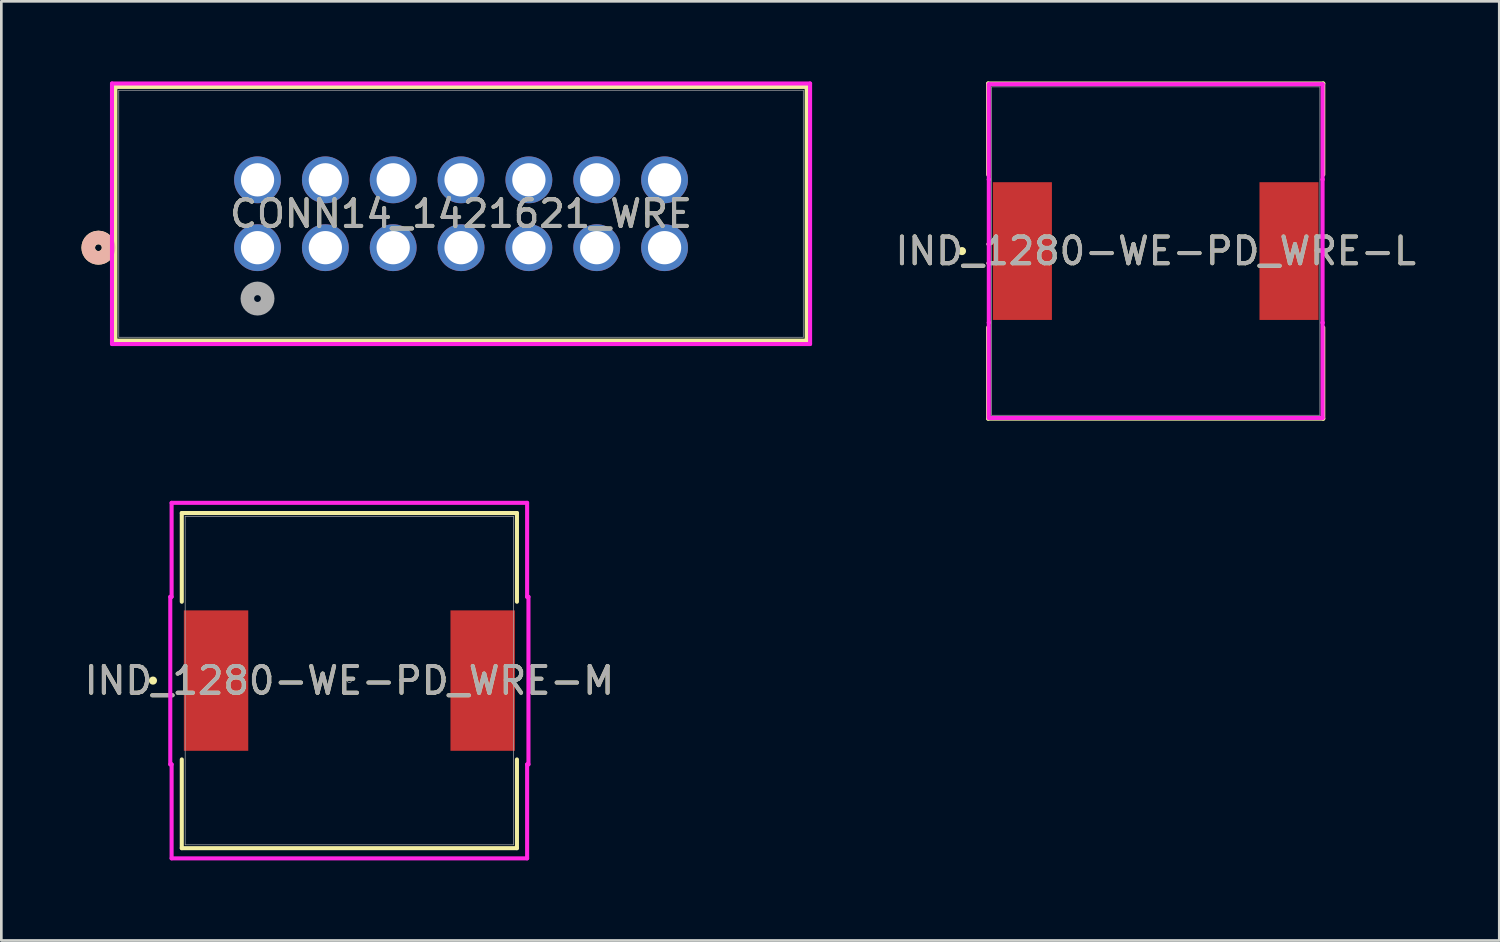
<source format=kicad_pcb>
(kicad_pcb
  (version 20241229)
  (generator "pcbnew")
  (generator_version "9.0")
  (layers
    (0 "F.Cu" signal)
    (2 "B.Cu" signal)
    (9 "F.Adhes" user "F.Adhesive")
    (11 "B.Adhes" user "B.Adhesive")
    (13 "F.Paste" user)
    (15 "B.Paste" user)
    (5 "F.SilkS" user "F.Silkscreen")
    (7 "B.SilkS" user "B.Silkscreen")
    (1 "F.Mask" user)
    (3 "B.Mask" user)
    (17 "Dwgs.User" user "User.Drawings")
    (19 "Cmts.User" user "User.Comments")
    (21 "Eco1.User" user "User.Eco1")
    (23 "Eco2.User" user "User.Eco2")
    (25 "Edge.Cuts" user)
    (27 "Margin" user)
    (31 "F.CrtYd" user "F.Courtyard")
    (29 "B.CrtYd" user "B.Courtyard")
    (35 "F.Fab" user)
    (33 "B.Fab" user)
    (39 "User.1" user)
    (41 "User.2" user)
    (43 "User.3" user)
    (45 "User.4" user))
  (footprint "IND_1280-WE-PD_WRE-M"
    (layer "F.Cu")
    (at 10.03 22.431)
    (property "Reference" "IND_1280-WE-PD_WRE-M" (at 0 0 0) (unlocked yes) (layer "F.SilkS") (effects (font (size 1 1) (thickness 0.15))))
    (attr smd)
    (fp_line (start -6.274 -6.274) (end -6.274 -2.952) (stroke (width 0.152) (type solid)) (layer "F.SilkS"))
    (fp_line (start -6.274 2.952) (end -6.274 6.274) (stroke (width 0.152) (type solid)) (layer "F.SilkS"))
    (fp_line (start -6.274 6.274) (end 6.274 6.274) (stroke (width 0.152) (type solid)) (layer "F.SilkS"))
    (fp_line (start 6.274 -6.274) (end -6.274 -6.274) (stroke (width 0.152) (type solid)) (layer "F.SilkS"))
    (fp_line (start 6.274 -2.952) (end 6.274 -6.274) (stroke (width 0.152) (type solid)) (layer "F.SilkS"))
    (fp_line (start 6.274 6.274) (end 6.274 2.952) (stroke (width 0.152) (type solid)) (layer "F.SilkS"))
    (fp_circle (center -7.353 0) (end -7.276 0) (stroke (width 0.152) (type solid)) (fill no) (layer "F.SilkS"))
    (fp_line (start -6.705 -3.136) (end -6.655 -3.136) (stroke (width 0.152) (type solid)) (layer "F.CrtYd"))
    (fp_line (start -6.705 3.136) (end -6.705 -3.136) (stroke (width 0.152) (type solid)) (layer "F.CrtYd"))
    (fp_line (start -6.705 3.136) (end -6.655 3.136) (stroke (width 0.152) (type solid)) (layer "F.CrtYd"))
    (fp_line (start -6.655 -6.655) (end 6.655 -6.655) (stroke (width 0.152) (type solid)) (layer "F.CrtYd"))
    (fp_line (start -6.655 -3.136) (end -6.655 -6.655) (stroke (width 0.152) (type solid)) (layer "F.CrtYd"))
    (fp_line (start -6.655 6.655) (end -6.655 3.136) (stroke (width 0.152) (type solid)) (layer "F.CrtYd"))
    (fp_line (start 6.655 -6.655) (end 6.655 -3.136) (stroke (width 0.152) (type solid)) (layer "F.CrtYd"))
    (fp_line (start 6.655 3.136) (end 6.655 6.655) (stroke (width 0.152) (type solid)) (layer "F.CrtYd"))
    (fp_line (start 6.655 6.655) (end -6.655 6.655) (stroke (width 0.152) (type solid)) (layer "F.CrtYd"))
    (fp_line (start 6.705 -3.136) (end 6.655 -3.136) (stroke (width 0.152) (type solid)) (layer "F.CrtYd"))
    (fp_line (start 6.705 -3.136) (end 6.705 3.136) (stroke (width 0.152) (type solid)) (layer "F.CrtYd"))
    (fp_line (start 6.705 3.136) (end 6.655 3.136) (stroke (width 0.152) (type solid)) (layer "F.CrtYd"))
    (fp_line (start -6.147 -6.147) (end -6.147 6.147) (stroke (width 0.025) (type solid)) (layer "F.Fab"))
    (fp_line (start -6.147 6.147) (end 6.147 6.147) (stroke (width 0.025) (type solid)) (layer "F.Fab"))
    (fp_line (start 6.147 -6.147) (end -6.147 -6.147) (stroke (width 0.025) (type solid)) (layer "F.Fab"))
    (fp_line (start 6.147 6.147) (end 6.147 -6.147) (stroke (width 0.025) (type solid)) (layer "F.Fab"))
    (fp_circle (center 0 0) (end 0.076 0) (stroke (width 0.025) (type solid)) (fill no) (layer "F.Fab"))
    (fp_text user "${REFERENCE}" (at 0 0 0) (unlocked yes) (layer "F.Fab") (effects (font (size 1 1) (thickness 0.15))))
    (pad "1" smd rect (at -4.991 0) (size 2.411 5.257) (layers "F.Cu" "F.Mask" "F.Paste"))
    (pad "2" smd rect (at 4.991 0) (size 2.411 5.257) (layers "F.Cu" "F.Mask" "F.Paste")))
  (footprint "CONN14_1421621_WRE"
    (layer "F.Cu")
    (at 6.591 6.223)
    (property "Reference" "CONN14_1421621_WRE" (at 7.62 -1.27 0) (unlocked yes) (layer "F.SilkS") (effects (font (size 1 1) (thickness 0.15))))
    (attr through_hole)
    (fp_line (start -5.321 -6.02) (end -5.321 3.48) (stroke (width 0.152) (type solid)) (layer "F.SilkS"))
    (fp_line (start -5.321 3.48) (end 20.561 3.48) (stroke (width 0.152) (type solid)) (layer "F.SilkS"))
    (fp_line (start 20.561 -6.02) (end -5.321 -6.02) (stroke (width 0.152) (type solid)) (layer "F.SilkS"))
    (fp_line (start 20.561 3.48) (end 20.561 -6.02) (stroke (width 0.152) (type solid)) (layer "F.SilkS"))
    (fp_circle (center -5.956 0) (end -5.575 0) (stroke (width 0.508) (type solid)) (fill no) (layer "F.SilkS"))
    (fp_circle (center -5.956 0) (end -5.575 0) (stroke (width 0.508) (type solid)) (fill no) (layer "B.SilkS"))
    (fp_line (start -5.448 -6.147) (end -5.448 3.607) (stroke (width 0.152) (type solid)) (layer "F.CrtYd"))
    (fp_line (start -5.448 3.607) (end 20.688 3.607) (stroke (width 0.152) (type solid)) (layer "F.CrtYd"))
    (fp_line (start 20.688 -6.147) (end -5.448 -6.147) (stroke (width 0.152) (type solid)) (layer "F.CrtYd"))
    (fp_line (start 20.688 3.607) (end 20.688 -6.147) (stroke (width 0.152) (type solid)) (layer "F.CrtYd"))
    (fp_line (start -5.194 -5.893) (end -5.194 3.353) (stroke (width 0.025) (type solid)) (layer "F.Fab"))
    (fp_line (start -5.194 3.353) (end 20.434 3.353) (stroke (width 0.025) (type solid)) (layer "F.Fab"))
    (fp_line (start 20.434 -5.893) (end -5.194 -5.893) (stroke (width 0.025) (type solid)) (layer "F.Fab"))
    (fp_line (start 20.434 3.353) (end 20.434 -5.893) (stroke (width 0.025) (type solid)) (layer "F.Fab"))
    (fp_circle (center 0 1.905) (end 0.381 1.905) (stroke (width 0.508) (type solid)) (fill no) (layer "F.Fab"))
    (fp_text user "${REFERENCE}" (at 7.62 -1.27 0) (unlocked yes) (layer "F.Fab") (effects (font (size 1 1) (thickness 0.15))))
    (pad "1" thru_hole circle (at 0 0) (size 1.753 1.753) (drill 1.245) (layers "*.Cu" "*.Mask"))
    (pad "2" thru_hole circle (at 0 -2.54) (size 1.753 1.753) (drill 1.245) (layers "*.Cu" "*.Mask"))
    (pad "3" thru_hole circle (at 2.54 0) (size 1.753 1.753) (drill 1.245) (layers "*.Cu" "*.Mask"))
    (pad "4" thru_hole circle (at 2.54 -2.54) (size 1.753 1.753) (drill 1.245) (layers "*.Cu" "*.Mask"))
    (pad "5" thru_hole circle (at 5.08 0) (size 1.753 1.753) (drill 1.245) (layers "*.Cu" "*.Mask"))
    (pad "6" thru_hole circle (at 5.08 -2.54) (size 1.753 1.753) (drill 1.245) (layers "*.Cu" "*.Mask"))
    (pad "7" thru_hole circle (at 7.62 0) (size 1.753 1.753) (drill 1.245) (layers "*.Cu" "*.Mask"))
    (pad "8" thru_hole circle (at 7.62 -2.54) (size 1.753 1.753) (drill 1.245) (layers "*.Cu" "*.Mask"))
    (pad "9" thru_hole circle (at 10.16 0) (size 1.753 1.753) (drill 1.245) (layers "*.Cu" "*.Mask"))
    (pad "10" thru_hole circle (at 10.16 -2.54) (size 1.753 1.753) (drill 1.245) (layers "*.Cu" "*.Mask"))
    (pad "11" thru_hole circle (at 12.7 0) (size 1.753 1.753) (drill 1.245) (layers "*.Cu" "*.Mask"))
    (pad "12" thru_hole circle (at 12.7 -2.54) (size 1.753 1.753) (drill 1.245) (layers "*.Cu" "*.Mask"))
    (pad "13" thru_hole circle (at 15.24 0) (size 1.753 1.753) (drill 1.245) (layers "*.Cu" "*.Mask"))
    (pad "14" thru_hole circle (at 15.24 -2.54) (size 1.753 1.753) (drill 1.245) (layers "*.Cu" "*.Mask")))
  (footprint "IND_1280-WE-PD_WRE-L"
    (layer "F.Cu")
    (at 40.219 6.35)
    (property "Reference" "IND_1280-WE-PD_WRE-L" (at 0 0 0) (unlocked yes) (layer "F.SilkS") (effects (font (size 1 1) (thickness 0.15))))
    (attr smd)
    (fp_line (start -6.274 -6.274) (end -6.274 -2.86) (stroke (width 0.152) (type solid)) (layer "F.SilkS"))
    (fp_line (start -6.274 2.86) (end -6.274 6.274) (stroke (width 0.152) (type solid)) (layer "F.SilkS"))
    (fp_line (start -6.274 6.274) (end 6.274 6.274) (stroke (width 0.152) (type solid)) (layer "F.SilkS"))
    (fp_line (start 6.274 -6.274) (end -6.274 -6.274) (stroke (width 0.152) (type solid)) (layer "F.SilkS"))
    (fp_line (start 6.274 -2.86) (end 6.274 -6.274) (stroke (width 0.152) (type solid)) (layer "F.SilkS"))
    (fp_line (start 6.274 6.274) (end 6.274 2.86) (stroke (width 0.152) (type solid)) (layer "F.SilkS"))
    (fp_circle (center -7.253 0) (end -7.176 0) (stroke (width 0.152) (type solid)) (fill no) (layer "F.SilkS"))
    (fp_line (start -6.248 -6.248) (end 6.248 -6.248) (stroke (width 0.152) (type solid)) (layer "F.CrtYd"))
    (fp_line (start -6.248 -2.68) (end -6.248 -6.248) (stroke (width 0.152) (type solid)) (layer "F.CrtYd"))
    (fp_line (start -6.248 -2.68) (end -6.248 -2.68) (stroke (width 0.152) (type solid)) (layer "F.CrtYd"))
    (fp_line (start -6.248 2.68) (end -6.248 -2.68) (stroke (width 0.152) (type solid)) (layer "F.CrtYd"))
    (fp_line (start -6.248 2.68) (end -6.248 2.68) (stroke (width 0.152) (type solid)) (layer "F.CrtYd"))
    (fp_line (start -6.248 6.248) (end -6.248 2.68) (stroke (width 0.152) (type solid)) (layer "F.CrtYd"))
    (fp_line (start 6.248 -6.248) (end 6.248 -2.68) (stroke (width 0.152) (type solid)) (layer "F.CrtYd"))
    (fp_line (start 6.248 -2.68) (end 6.248 -2.68) (stroke (width 0.152) (type solid)) (layer "F.CrtYd"))
    (fp_line (start 6.248 -2.68) (end 6.248 2.68) (stroke (width 0.152) (type solid)) (layer "F.CrtYd"))
    (fp_line (start 6.248 2.68) (end 6.248 2.68) (stroke (width 0.152) (type solid)) (layer "F.CrtYd"))
    (fp_line (start 6.248 2.68) (end 6.248 6.248) (stroke (width 0.152) (type solid)) (layer "F.CrtYd"))
    (fp_line (start 6.248 6.248) (end -6.248 6.248) (stroke (width 0.152) (type solid)) (layer "F.CrtYd"))
    (fp_line (start -6.147 -6.147) (end -6.147 6.147) (stroke (width 0.025) (type solid)) (layer "F.Fab"))
    (fp_line (start -6.147 6.147) (end 6.147 6.147) (stroke (width 0.025) (type solid)) (layer "F.Fab"))
    (fp_line (start 6.147 -6.147) (end -6.147 -6.147) (stroke (width 0.025) (type solid)) (layer "F.Fab"))
    (fp_line (start 6.147 6.147) (end 6.147 -6.147) (stroke (width 0.025) (type solid)) (layer "F.Fab"))
    (fp_circle (center 0 0) (end 0.076 0) (stroke (width 0.025) (type solid)) (fill no) (layer "F.Fab"))
    (fp_text user "${REFERENCE}" (at 0 0 0) (unlocked yes) (layer "F.Fab") (effects (font (size 1 1) (thickness 0.15))))
    (pad "1" smd rect (at -4.991 0) (size 2.211 5.157) (layers "F.Cu" "F.Mask" "F.Paste"))
    (pad "2" smd rect (at 4.991 0) (size 2.211 5.157) (layers "F.Cu" "F.Mask" "F.Paste")))
  (gr_rect
    (start -3 -3)
    (end 53.082 32.162)
    (stroke (width 0.1) (type default))
    (fill no)
    (layer "Edge.Cuts")))
</source>
